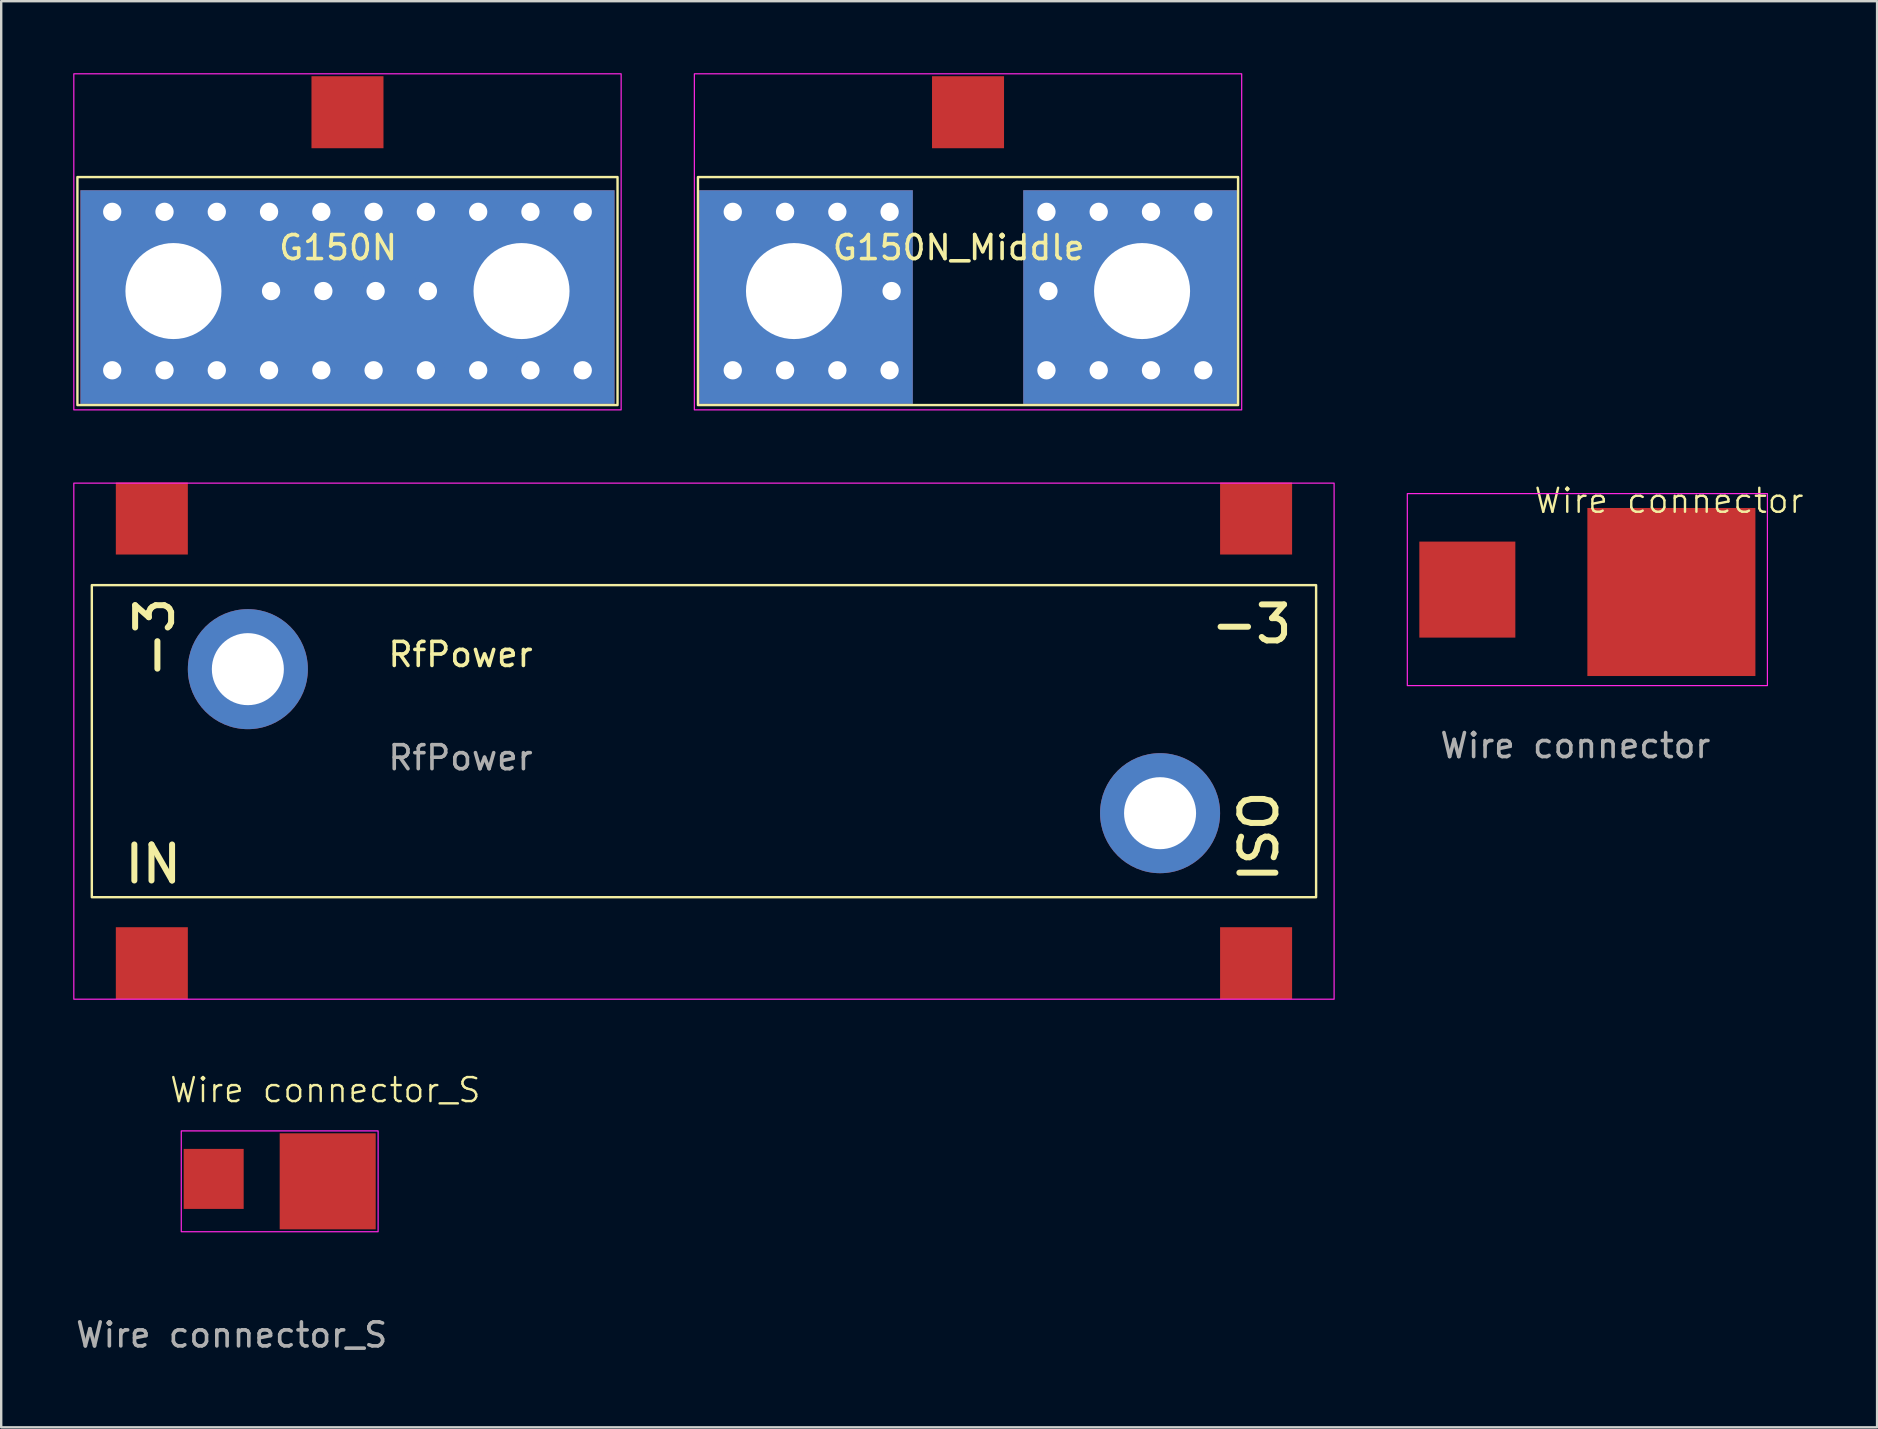
<source format=kicad_pcb>
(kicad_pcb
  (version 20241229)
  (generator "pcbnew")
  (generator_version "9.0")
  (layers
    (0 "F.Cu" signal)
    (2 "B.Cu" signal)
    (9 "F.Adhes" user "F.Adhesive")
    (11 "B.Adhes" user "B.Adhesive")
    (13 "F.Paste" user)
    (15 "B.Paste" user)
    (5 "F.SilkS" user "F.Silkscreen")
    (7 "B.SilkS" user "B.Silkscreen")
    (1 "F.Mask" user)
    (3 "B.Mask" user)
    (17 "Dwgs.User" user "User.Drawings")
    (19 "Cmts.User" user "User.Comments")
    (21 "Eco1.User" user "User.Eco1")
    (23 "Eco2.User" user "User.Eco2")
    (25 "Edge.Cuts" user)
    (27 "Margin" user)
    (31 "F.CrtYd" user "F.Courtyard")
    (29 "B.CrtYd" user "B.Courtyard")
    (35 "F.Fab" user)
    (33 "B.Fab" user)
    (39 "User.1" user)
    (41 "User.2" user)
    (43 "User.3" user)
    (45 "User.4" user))
  (footprint "Wire connector_S"
    (layer "F.Cu")
    (at 6.101 46.06)
    (property "Reference" "Wire connector_S" (at 4.4 -3.7 0) (unlocked yes) (layer "F.SilkS") (effects (font (size 1 1) (thickness 0.1))))
    (attr smd)
    (fp_rect (start -1.6 -2) (end 6.6 2.2) (stroke (width 0.05) (type default)) (fill no) (layer "F.CrtYd"))
    (fp_text user "${REFERENCE}" (at 0.5 6.5 0) (unlocked yes) (layer "F.Fab") (effects (font (size 1 1) (thickness 0.15))))
    (pad "1" smd rect (at -0.25 0 270) (size 2.5 2.5) (layers "F.Cu" "F.Mask" "F.Paste"))
    (pad "2" smd rect (at 4.5 0.1 270) (size 4 4) (layers "F.Cu" "F.Mask" "F.Paste")))
  (footprint "G150N_Middle"
    (layer "F.Cu")
    (at 37.275 9.625)
    (property "Reference" "G150N_Middle" (at -0.39 -2.36 180) (layer "F.SilkS") (effects (font (size 1 1) (thickness 0.15))))
    (attr smd)
    (fp_rect (start -11.25 -5.3) (end 11.25 4.2) (stroke (width 0.1) (type default)) (fill no) (layer "F.SilkS"))
    (fp_rect (start -11.4 -9.6) (end 11.4 4.4) (stroke (width 0.05) (type default)) (fill no) (layer "F.CrtYd"))
    (pad "1" smd rect (at 0 -8 270) (size 3 3) (layers "F.Cu" "F.Mask" "F.Paste"))
    (pad "2" thru_hole circle (at -9.8 -3.85) (size 1.524 1.524) (drill 0.762) (layers "*.Cu" "*.Mask"))
    (pad "2" thru_hole circle (at -9.8 2.75) (size 1.524 1.524) (drill 0.762) (layers "*.Cu" "*.Mask"))
    (pad "2" thru_hole circle (at -7.622 -3.85) (size 1.524 1.524) (drill 0.762) (layers "*.Cu" "*.Mask"))
    (pad "2" thru_hole circle (at -7.622 2.75) (size 1.524 1.524) (drill 0.762) (layers "*.Cu" "*.Mask"))
    (pad "2" thru_hole circle (at -7.25 -0.55 270) (size 5 5) (drill 4) (layers "*.Cu" "*.Mask"))
    (pad "2" smd rect (at -6.75 -0.3 270) (size 8.9 8.9) (layers "F.Cu" "F.Mask"))
    (pad "2" smd rect (at -6.75 -0.3 270) (size 8.9 8.9) (layers "B.Cu" "B.Mask"))
    (pad "2" thru_hole circle (at -5.444 -3.85) (size 1.524 1.524) (drill 0.762) (layers "*.Cu" "*.Mask"))
    (pad "2" thru_hole circle (at -5.444 2.75) (size 1.524 1.524) (drill 0.762) (layers "*.Cu" "*.Mask"))
    (pad "2" thru_hole circle (at -3.267 -3.85) (size 1.524 1.524) (drill 0.762) (layers "*.Cu" "*.Mask"))
    (pad "2" thru_hole circle (at -3.267 2.75) (size 1.524 1.524) (drill 0.762) (layers "*.Cu" "*.Mask"))
    (pad "2" thru_hole circle (at -3.183 -0.55) (size 1.524 1.524) (drill 0.762) (layers "*.Cu" "*.Mask"))
    (pad "2" thru_hole circle (at 3.267 -3.85) (size 1.524 1.524) (drill 0.762) (layers "*.Cu" "*.Mask"))
    (pad "2" thru_hole circle (at 3.267 2.75) (size 1.524 1.524) (drill 0.762) (layers "*.Cu" "*.Mask"))
    (pad "2" thru_hole circle (at 3.35 -0.55) (size 1.524 1.524) (drill 0.762) (layers "*.Cu" "*.Mask"))
    (pad "2" thru_hole circle (at 5.444 -3.85) (size 1.524 1.524) (drill 0.762) (layers "*.Cu" "*.Mask"))
    (pad "2" thru_hole circle (at 5.444 2.75) (size 1.524 1.524) (drill 0.762) (layers "*.Cu" "*.Mask"))
    (pad "2" smd rect (at 6.75 -0.3 270) (size 8.9 8.9) (layers "F.Cu" "F.Mask"))
    (pad "2" smd rect (at 6.75 -0.3 270) (size 8.9 8.9) (layers "B.Cu" "B.Mask"))
    (pad "2" thru_hole circle (at 7.25 -0.55 270) (size 5 5) (drill 4) (layers "*.Cu" "*.Mask"))
    (pad "2" thru_hole circle (at 7.622 -3.85) (size 1.524 1.524) (drill 0.762) (layers "*.Cu" "*.Mask"))
    (pad "2" thru_hole circle (at 7.622 2.75) (size 1.524 1.524) (drill 0.762) (layers "*.Cu" "*.Mask"))
    (pad "2" thru_hole circle (at 9.8 -3.85) (size 1.524 1.524) (drill 0.762) (layers "*.Cu" "*.Mask"))
    (pad "2" thru_hole circle (at 9.8 2.75) (size 1.524 1.524) (drill 0.762) (layers "*.Cu" "*.Mask")))
  (footprint "G150N"
    (layer "F.Cu")
    (at 11.425 9.625)
    (property "Reference" "G150N" (at -0.39 -2.36 180) (layer "F.SilkS") (effects (font (size 1 1) (thickness 0.15))))
    (attr smd)
    (fp_rect (start -11.25 -5.3) (end 11.25 4.2) (stroke (width 0.1) (type default)) (fill no) (layer "F.SilkS"))
    (fp_rect (start -11.4 -9.6) (end 11.4 4.4) (stroke (width 0.05) (type default)) (fill no) (layer "F.CrtYd"))
    (pad "1" smd rect (at 0 -8 270) (size 3 3) (layers "F.Cu" "F.Mask" "F.Paste"))
    (pad "2" thru_hole circle (at -9.8 -3.85) (size 1.524 1.524) (drill 0.762) (layers "*.Cu" "*.Mask"))
    (pad "2" thru_hole circle (at -9.8 2.75) (size 1.524 1.524) (drill 0.762) (layers "*.Cu" "*.Mask"))
    (pad "2" thru_hole circle (at -7.622 -3.85) (size 1.524 1.524) (drill 0.762) (layers "*.Cu" "*.Mask"))
    (pad "2" thru_hole circle (at -7.622 2.75) (size 1.524 1.524) (drill 0.762) (layers "*.Cu" "*.Mask"))
    (pad "2" thru_hole circle (at -7.25 -0.55 270) (size 5 5) (drill 4) (layers "*.Cu" "*.Mask"))
    (pad "2" thru_hole circle (at -5.444 -3.85) (size 1.524 1.524) (drill 0.762) (layers "*.Cu" "*.Mask"))
    (pad "2" thru_hole circle (at -5.444 2.75) (size 1.524 1.524) (drill 0.762) (layers "*.Cu" "*.Mask"))
    (pad "2" thru_hole circle (at -3.267 -3.85) (size 1.524 1.524) (drill 0.762) (layers "*.Cu" "*.Mask"))
    (pad "2" thru_hole circle (at -3.267 2.75) (size 1.524 1.524) (drill 0.762) (layers "*.Cu" "*.Mask"))
    (pad "2" thru_hole circle (at -3.183 -0.55) (size 1.524 1.524) (drill 0.762) (layers "*.Cu" "*.Mask"))
    (pad "2" thru_hole circle (at -1.089 -3.85) (size 1.524 1.524) (drill 0.762) (layers "*.Cu" "*.Mask"))
    (pad "2" thru_hole circle (at -1.089 2.75) (size 1.524 1.524) (drill 0.762) (layers "*.Cu" "*.Mask"))
    (pad "2" thru_hole circle (at -1.006 -0.55) (size 1.524 1.524) (drill 0.762) (layers "*.Cu" "*.Mask"))
    (pad "2" smd rect (at 0 -0.3 270) (size 8.9 22.25) (layers "F.Cu" "F.Mask"))
    (pad "2" smd rect (at 0 -0.3 270) (size 8.9 22.25) (layers "B.Cu" "B.Mask"))
    (pad "2" thru_hole circle (at 1.089 -3.85) (size 1.524 1.524) (drill 0.762) (layers "*.Cu" "*.Mask"))
    (pad "2" thru_hole circle (at 1.089 2.75) (size 1.524 1.524) (drill 0.762) (layers "*.Cu" "*.Mask"))
    (pad "2" thru_hole circle (at 1.172 -0.55) (size 1.524 1.524) (drill 0.762) (layers "*.Cu" "*.Mask"))
    (pad "2" thru_hole circle (at 3.267 -3.85) (size 1.524 1.524) (drill 0.762) (layers "*.Cu" "*.Mask"))
    (pad "2" thru_hole circle (at 3.267 2.75) (size 1.524 1.524) (drill 0.762) (layers "*.Cu" "*.Mask"))
    (pad "2" thru_hole circle (at 3.35 -0.55) (size 1.524 1.524) (drill 0.762) (layers "*.Cu" "*.Mask"))
    (pad "2" thru_hole circle (at 5.444 -3.85) (size 1.524 1.524) (drill 0.762) (layers "*.Cu" "*.Mask"))
    (pad "2" thru_hole circle (at 5.444 2.75) (size 1.524 1.524) (drill 0.762) (layers "*.Cu" "*.Mask"))
    (pad "2" thru_hole circle (at 7.25 -0.55 270) (size 5 5) (drill 4) (layers "*.Cu" "*.Mask"))
    (pad "2" thru_hole circle (at 7.622 -3.85) (size 1.524 1.524) (drill 0.762) (layers "*.Cu" "*.Mask"))
    (pad "2" thru_hole circle (at 7.622 2.75) (size 1.524 1.524) (drill 0.762) (layers "*.Cu" "*.Mask"))
    (pad "2" thru_hole circle (at 9.8 -3.85) (size 1.524 1.524) (drill 0.762) (layers "*.Cu" "*.Mask"))
    (pad "2" thru_hole circle (at 9.8 2.75) (size 1.524 1.524) (drill 0.762) (layers "*.Cu" "*.Mask")))
  (footprint "Wire connector"
    (layer "F.Cu")
    (at 62.075 21.511)
    (property "Reference" "Wire connector" (at 4.4 -3.7 0) (unlocked yes) (layer "F.SilkS") (effects (font (size 1 1) (thickness 0.1))))
    (attr smd)
    (fp_rect (start -6.5 -4) (end 8.5 4) (stroke (width 0.05) (type default)) (fill no) (layer "F.CrtYd"))
    (fp_text user "${REFERENCE}" (at 0.5 6.5 0) (unlocked yes) (layer "F.Fab") (effects (font (size 1 1) (thickness 0.15))))
    (pad "1" smd rect (at -4 0 270) (size 4 4) (layers "F.Cu" "F.Mask" "F.Paste"))
    (pad "2" smd rect (at 4.5 0.1 270) (size 7 7) (layers "F.Cu" "F.Mask" "F.Paste")))
  (footprint "RfPower"
    (layer "F.Cu")
    (at 26.275 27.825)
    (property "Reference" "RfPower" (at -10.14 -3.61 180) (layer "F.SilkS") (effects (font (size 1 1) (thickness 0.15))))
    (attr through_hole)
    (fp_rect (start -25.5 -6.5) (end 25.5 6.5) (stroke (width 0.1) (type default)) (fill no) (layer "F.SilkS"))
    (fp_rect (start -26.25 -10.75) (end 26.25 10.75) (stroke (width 0.05) (type default)) (fill no) (layer "F.CrtYd"))
    (fp_text user "IN" (at -24.25 6 0) (unlocked yes) (layer "F.SilkS") (effects (font (size 1.5 1.5) (thickness 0.25)) (justify left bottom)))
    (fp_text user "-3" (at 21 -4 0) (unlocked yes) (layer "F.SilkS") (effects (font (size 1.5 1.5) (thickness 0.25)) (justify left bottom)))
    (fp_text user "ISO" (at 24 6 90) (unlocked yes) (layer "F.SilkS") (effects (font (size 1.5 1.5) (thickness 0.25)) (justify left bottom)))
    (fp_text user "-3" (at -22 -2.5 90) (unlocked yes) (layer "F.SilkS") (effects (font (size 1.5 1.5) (thickness 0.25)) (justify left bottom)))
    (fp_text user "${REFERENCE}" (at -10.14 0.69 0) (layer "F.Fab") (effects (font (size 1 1) (thickness 0.15))))
    (pad "1" smd rect (at -23 -9.275 270) (size 3 3) (layers "F.Cu" "F.Mask" "F.Paste"))
    (pad "2" smd rect (at 23 -9.275 270) (size 3 3) (layers "F.Cu" "F.Mask" "F.Paste"))
    (pad "3" smd rect (at -23 9.25 270) (size 3 3) (layers "F.Cu" "F.Mask" "F.Paste"))
    (pad "4" smd rect (at 23 9.25 270) (size 3 3) (layers "F.Cu" "F.Mask" "F.Paste"))
    (pad "5" thru_hole circle (at -19 -3) (size 5 5) (drill 3) (layers "*.Cu" "*.Mask"))
    (pad "5" thru_hole circle (at 19 3) (size 5 5) (drill 3) (layers "*.Cu" "*.Mask")))
  (gr_rect
    (start -3 -3)
    (end 75.144 56.409)
    (stroke (width 0.1) (type default))
    (fill no)
    (layer "Edge.Cuts")))
</source>
